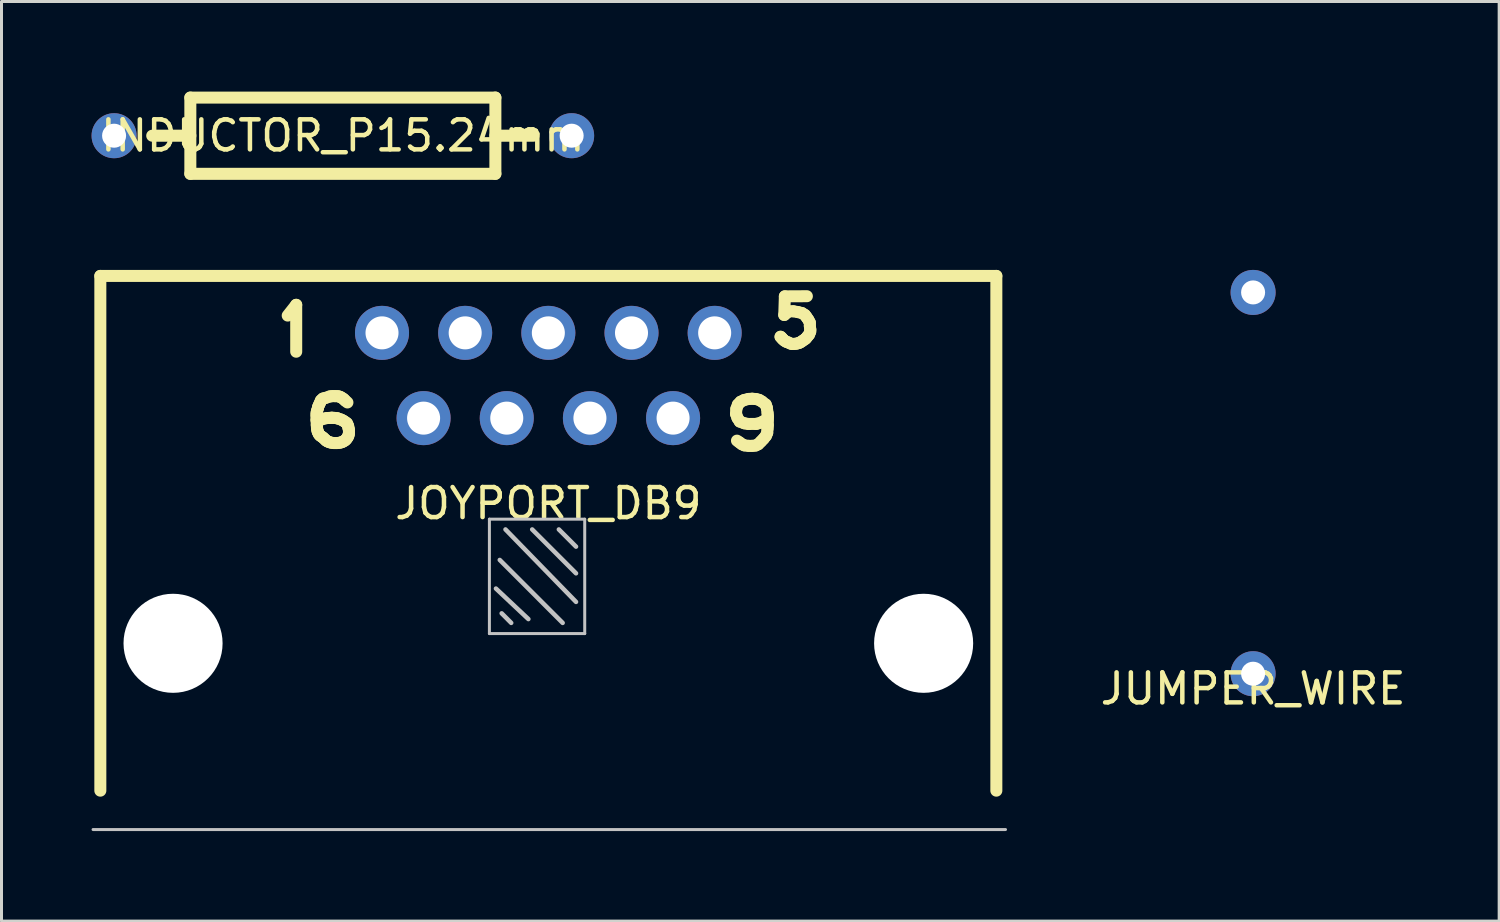
<source format=kicad_pcb>
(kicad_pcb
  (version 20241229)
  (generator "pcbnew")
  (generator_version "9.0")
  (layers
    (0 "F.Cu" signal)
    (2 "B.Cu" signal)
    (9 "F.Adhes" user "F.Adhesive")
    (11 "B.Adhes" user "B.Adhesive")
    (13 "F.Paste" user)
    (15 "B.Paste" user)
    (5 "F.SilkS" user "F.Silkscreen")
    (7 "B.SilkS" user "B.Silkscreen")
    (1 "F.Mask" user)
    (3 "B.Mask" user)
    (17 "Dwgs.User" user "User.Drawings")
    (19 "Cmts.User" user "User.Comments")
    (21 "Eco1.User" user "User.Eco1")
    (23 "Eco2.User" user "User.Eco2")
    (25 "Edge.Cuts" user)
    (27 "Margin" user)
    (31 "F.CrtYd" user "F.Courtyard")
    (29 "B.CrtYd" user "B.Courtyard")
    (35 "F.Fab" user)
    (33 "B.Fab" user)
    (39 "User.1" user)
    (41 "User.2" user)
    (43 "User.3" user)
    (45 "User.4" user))
  (footprint "JUMPER_WIRE"
    (layer "F.Cu")
    (at 38.688 19.39)
    (property "Reference" "JUMPER_WIRE" (at 0 0.5 0) (layer "F.SilkS") (effects (font (size 1 1) (thickness 0.15))))
    (attr through_hole)
    (pad "1" thru_hole circle (at 0 -12.7) (size 1.5 1.5) (drill 0.8) (layers "*.Cu" "*.Mask"))
    (pad "2" thru_hole circle (at 0 0) (size 1.5 1.5) (drill 0.8) (layers "*.Cu" "*.Mask")))
  (footprint "INDUCTOR_P15.24mm"
    (layer "F.Cu")
    (at 0.75 1.47)
    (property "Reference" "INDUCTOR_P15.24mm" (at 7.62 0 0) (layer "F.SilkS") (effects (font (size 1 1) (thickness 0.15))))
    (attr through_hole)
    (fp_line (start 1.27 0) (end 2.54 0) (stroke (width 0.4) (type solid)) (layer "F.SilkS"))
    (fp_line (start 2.54 -1.27) (end 2.54 1.27) (stroke (width 0.4) (type solid)) (layer "F.SilkS"))
    (fp_line (start 2.54 -1.27) (end 12.7 -1.27) (stroke (width 0.4) (type solid)) (layer "F.SilkS"))
    (fp_line (start 2.54 1.27) (end 12.7 1.27) (stroke (width 0.4) (type solid)) (layer "F.SilkS"))
    (fp_line (start 12.7 -1.27) (end 12.7 1.27) (stroke (width 0.4) (type solid)) (layer "F.SilkS"))
    (fp_line (start 12.7 0) (end 13.97 0) (stroke (width 0.4) (type solid)) (layer "F.SilkS"))
    (pad "1" thru_hole circle (at 0 0) (size 1.5 1.5) (drill 0.8) (layers "*.Cu" "*.Mask"))
    (pad "2" thru_hole circle (at 15.24 0) (size 1.5 1.5) (drill 0.8) (layers "*.Cu" "*.Mask")))
  (footprint "JOYPORT_DB9"
    (layer "F.Cu")
    (at 15.214 10.877)
    (property "Reference" "JOYPORT_DB9" (at 0 2.84 0) (layer "F.SilkS") (effects (font (size 1 1) (thickness 0.15))))
    (attr through_hole)
    (fp_line (start -14.922 -4.737) (end -14.922 12.408) (stroke (width 0.4) (type solid)) (layer "F.SilkS"))
    (fp_line (start -8.681 -3.416) (end -8.398 -3.774) (stroke (width 0.4) (type solid)) (layer "F.SilkS"))
    (fp_line (start -8.398 -3.774) (end -8.398 -2.212) (stroke (width 0.4) (type solid)) (layer "F.SilkS"))
    (fp_line (start -7.72 -0.107) (end -7.718 -0.056) (stroke (width 0.4) (type solid)) (layer "F.SilkS"))
    (fp_line (start -7.72 0.074) (end -7.712 0.23) (stroke (width 0.4) (type solid)) (layer "F.SilkS"))
    (fp_line (start -7.718 -0.176) (end -7.72 -0.107) (stroke (width 0.4) (type solid)) (layer "F.SilkS"))
    (fp_line (start -7.718 -0.056) (end -7.718 0.036) (stroke (width 0.4) (type solid)) (layer "F.SilkS"))
    (fp_line (start -7.718 0.036) (end -7.72 0.074) (stroke (width 0.4) (type solid)) (layer "F.SilkS"))
    (fp_line (start -7.712 0.23) (end -7.707 0.302) (stroke (width 0.4) (type solid)) (layer "F.SilkS"))
    (fp_line (start -7.707 -0.239) (end -7.718 -0.176) (stroke (width 0.4) (type solid)) (layer "F.SilkS"))
    (fp_line (start -7.707 0.302) (end -7.699 0.369) (stroke (width 0.4) (type solid)) (layer "F.SilkS"))
    (fp_line (start -7.699 0.369) (end -7.685 0.438) (stroke (width 0.4) (type solid)) (layer "F.SilkS"))
    (fp_line (start -7.685 0.438) (end -7.667 0.48) (stroke (width 0.4) (type solid)) (layer "F.SilkS"))
    (fp_line (start -7.676 -0.324) (end -7.707 -0.239) (stroke (width 0.4) (type solid)) (layer "F.SilkS"))
    (fp_line (start -7.667 -0.377) (end -7.676 -0.324) (stroke (width 0.4) (type solid)) (layer "F.SilkS"))
    (fp_line (start -7.667 0.48) (end -7.641 0.534) (stroke (width 0.4) (type solid)) (layer "F.SilkS"))
    (fp_line (start -7.641 0.534) (end -7.609 0.573) (stroke (width 0.4) (type solid)) (layer "F.SilkS"))
    (fp_line (start -7.633 -0.453) (end -7.667 -0.377) (stroke (width 0.4) (type solid)) (layer "F.SilkS"))
    (fp_line (start -7.609 0.573) (end -7.571 0.602) (stroke (width 0.4) (type solid)) (layer "F.SilkS"))
    (fp_line (start -7.602 -0.52) (end -7.633 -0.453) (stroke (width 0.4) (type solid)) (layer "F.SilkS"))
    (fp_line (start -7.573 -0.591) (end -7.602 -0.52) (stroke (width 0.4) (type solid)) (layer "F.SilkS"))
    (fp_line (start -7.571 0.602) (end -7.517 0.639) (stroke (width 0.4) (type solid)) (layer "F.SilkS"))
    (fp_line (start -7.517 0.639) (end -7.479 0.67) (stroke (width 0.4) (type solid)) (layer "F.SilkS"))
    (fp_line (start -7.508 -0.652) (end -7.573 -0.591) (stroke (width 0.4) (type solid)) (layer "F.SilkS"))
    (fp_line (start -7.498 0.022) (end -7.587 0.058) (stroke (width 0.4) (type solid)) (layer "F.SilkS"))
    (fp_line (start -7.479 0.67) (end -7.431 0.719) (stroke (width 0.4) (type solid)) (layer "F.SilkS"))
    (fp_line (start -7.431 0.719) (end -7.397 0.75) (stroke (width 0.4) (type solid)) (layer "F.SilkS"))
    (fp_line (start -7.42 -0.674) (end -7.508 -0.652) (stroke (width 0.4) (type solid)) (layer "F.SilkS"))
    (fp_line (start -7.397 0.75) (end -7.357 0.773) (stroke (width 0.4) (type solid)) (layer "F.SilkS"))
    (fp_line (start -7.391 -0.0001) (end -7.498 0.022) (stroke (width 0.4) (type solid)) (layer "F.SilkS"))
    (fp_line (start -7.357 0.773) (end -7.312 0.793) (stroke (width 0.4) (type solid)) (layer "F.SilkS"))
    (fp_line (start -7.334 -0.005) (end -7.391 -0.0001) (stroke (width 0.4) (type solid)) (layer "F.SilkS"))
    (fp_line (start -7.312 0.793) (end -7.239 0.817) (stroke (width 0.4) (type solid)) (layer "F.SilkS"))
    (fp_line (start -7.285 -0.721) (end -7.42 -0.674) (stroke (width 0.4) (type solid)) (layer "F.SilkS"))
    (fp_line (start -7.239 0.817) (end -7.145 0.83) (stroke (width 0.4) (type solid)) (layer "F.SilkS"))
    (fp_line (start -7.234 -0.011) (end -7.334 -0.005) (stroke (width 0.4) (type solid)) (layer "F.SilkS"))
    (fp_line (start -7.201 -0.013) (end -7.234 -0.011) (stroke (width 0.4) (type solid)) (layer "F.SilkS"))
    (fp_line (start -7.199 -0.732) (end -7.285 -0.721) (stroke (width 0.4) (type solid)) (layer "F.SilkS"))
    (fp_line (start -7.145 0.83) (end -7.037 0.83) (stroke (width 0.4) (type solid)) (layer "F.SilkS"))
    (fp_line (start -7.114 -0.007) (end -7.201 -0.013) (stroke (width 0.4) (type solid)) (layer "F.SilkS"))
    (fp_line (start -7.107 -0.732) (end -7.199 -0.732) (stroke (width 0.4) (type solid)) (layer "F.SilkS"))
    (fp_line (start -7.042 0.004) (end -7.114 -0.007) (stroke (width 0.4) (type solid)) (layer "F.SilkS"))
    (fp_line (start -7.037 0.83) (end -6.944 0.819) (stroke (width 0.4) (type solid)) (layer "F.SilkS"))
    (fp_line (start -7.016 0.009) (end -7.042 0.004) (stroke (width 0.4) (type solid)) (layer "F.SilkS"))
    (fp_line (start -7.011 -0.73) (end -7.107 -0.732) (stroke (width 0.4) (type solid)) (layer "F.SilkS"))
    (fp_line (start -6.944 0.819) (end -6.873 0.799) (stroke (width 0.4) (type solid)) (layer "F.SilkS"))
    (fp_line (start -6.942 -0.712) (end -7.011 -0.73) (stroke (width 0.4) (type solid)) (layer "F.SilkS"))
    (fp_line (start -6.906 0.047) (end -7.016 0.009) (stroke (width 0.4) (type solid)) (layer "F.SilkS"))
    (fp_line (start -6.886 -0.681) (end -6.942 -0.712) (stroke (width 0.4) (type solid)) (layer "F.SilkS"))
    (fp_line (start -6.873 0.799) (end -6.817 0.77) (stroke (width 0.4) (type solid)) (layer "F.SilkS"))
    (fp_line (start -6.834 0.083) (end -6.906 0.047) (stroke (width 0.4) (type solid)) (layer "F.SilkS"))
    (fp_line (start -6.817 -0.636) (end -6.886 -0.681) (stroke (width 0.4) (type solid)) (layer "F.SilkS"))
    (fp_line (start -6.817 0.77) (end -6.765 0.737) (stroke (width 0.4) (type solid)) (layer "F.SilkS"))
    (fp_line (start -6.772 0.125) (end -6.834 0.083) (stroke (width 0.4) (type solid)) (layer "F.SilkS"))
    (fp_line (start -6.765 -0.582) (end -6.817 -0.636) (stroke (width 0.4) (type solid)) (layer "F.SilkS"))
    (fp_line (start -6.765 0.737) (end -6.727 0.698) (stroke (width 0.4) (type solid)) (layer "F.SilkS"))
    (fp_line (start -6.727 0.698) (end -6.683 0.636) (stroke (width 0.4) (type solid)) (layer "F.SilkS"))
    (fp_line (start -6.709 0.169) (end -6.772 0.125) (stroke (width 0.4) (type solid)) (layer "F.SilkS"))
    (fp_line (start -6.692 -0.522) (end -6.765 -0.582) (stroke (width 0.4) (type solid)) (layer "F.SilkS"))
    (fp_line (start -6.683 0.636) (end -6.658 0.578) (stroke (width 0.4) (type solid)) (layer "F.SilkS"))
    (fp_line (start -6.669 0.257) (end -6.709 0.169) (stroke (width 0.4) (type solid)) (layer "F.SilkS"))
    (fp_line (start -6.658 0.578) (end -6.643 0.514) (stroke (width 0.4) (type solid)) (layer "F.SilkS"))
    (fp_line (start -6.656 0.333) (end -6.669 0.257) (stroke (width 0.4) (type solid)) (layer "F.SilkS"))
    (fp_line (start -6.643 0.514) (end -6.64 0.4) (stroke (width 0.4) (type solid)) (layer "F.SilkS"))
    (fp_line (start -6.64 0.4) (end -6.656 0.333) (stroke (width 0.4) (type solid)) (layer "F.SilkS"))
    (fp_line (start 6.252 -0.141) (end 6.262 -0.308) (stroke (width 0.4) (type solid)) (layer "F.SilkS"))
    (fp_line (start 6.262 -0.308) (end 6.313 -0.449) (stroke (width 0.4) (type solid)) (layer "F.SilkS"))
    (fp_line (start 6.3 -0.005) (end 6.252 -0.141) (stroke (width 0.4) (type solid)) (layer "F.SilkS"))
    (fp_line (start 6.313 -0.449) (end 6.404 -0.545) (stroke (width 0.4) (type solid)) (layer "F.SilkS"))
    (fp_line (start 6.364 0.806) (end 6.283 0.75) (stroke (width 0.4) (type solid)) (layer "F.SilkS"))
    (fp_line (start 6.376 0.114) (end 6.3 -0.005) (stroke (width 0.4) (type solid)) (layer "F.SilkS"))
    (fp_line (start 6.404 -0.545) (end 6.522 -0.603) (stroke (width 0.4) (type solid)) (layer "F.SilkS"))
    (fp_line (start 6.444 0.867) (end 6.364 0.806) (stroke (width 0.4) (type solid)) (layer "F.SilkS"))
    (fp_line (start 6.522 -0.603) (end 6.667 -0.639) (stroke (width 0.4) (type solid)) (layer "F.SilkS"))
    (fp_line (start 6.528 0.172) (end 6.376 0.114) (stroke (width 0.4) (type solid)) (layer "F.SilkS"))
    (fp_line (start 6.528 0.907) (end 6.444 0.867) (stroke (width 0.4) (type solid)) (layer "F.SilkS"))
    (fp_line (start 6.667 -0.639) (end 6.79 -0.646) (stroke (width 0.4) (type solid)) (layer "F.SilkS"))
    (fp_line (start 6.667 0.195) (end 6.528 0.172) (stroke (width 0.4) (type solid)) (layer "F.SilkS"))
    (fp_line (start 6.669 0.924) (end 6.528 0.907) (stroke (width 0.4) (type solid)) (layer "F.SilkS"))
    (fp_line (start 6.788 0.924) (end 6.669 0.924) (stroke (width 0.4) (type solid)) (layer "F.SilkS"))
    (fp_line (start 6.79 -0.646) (end 6.914 -0.636) (stroke (width 0.4) (type solid)) (layer "F.SilkS"))
    (fp_line (start 6.904 0.912) (end 6.788 0.924) (stroke (width 0.4) (type solid)) (layer "F.SilkS"))
    (fp_line (start 6.914 -0.636) (end 7.02 -0.608) (stroke (width 0.4) (type solid)) (layer "F.SilkS"))
    (fp_line (start 6.927 0.192) (end 6.667 0.195) (stroke (width 0.4) (type solid)) (layer "F.SilkS"))
    (fp_line (start 6.992 0.869) (end 6.904 0.912) (stroke (width 0.4) (type solid)) (layer "F.SilkS"))
    (fp_line (start 7.02 -0.608) (end 7.114 -0.553) (stroke (width 0.4) (type solid)) (layer "F.SilkS"))
    (fp_line (start 7.083 0.778) (end 6.992 0.869) (stroke (width 0.4) (type solid)) (layer "F.SilkS"))
    (fp_line (start 7.101 0.142) (end 6.927 0.192) (stroke (width 0.4) (type solid)) (layer "F.SilkS"))
    (fp_line (start 7.114 -0.553) (end 7.24 -0.454) (stroke (width 0.4) (type solid)) (layer "F.SilkS"))
    (fp_line (start 7.167 0.69) (end 7.083 0.778) (stroke (width 0.4) (type solid)) (layer "F.SilkS"))
    (fp_line (start 7.24 -0.454) (end 7.278 -0.346) (stroke (width 0.4) (type solid)) (layer "F.SilkS"))
    (fp_line (start 7.245 0.594) (end 7.167 0.69) (stroke (width 0.4) (type solid)) (layer "F.SilkS"))
    (fp_line (start 7.278 -0.346) (end 7.303 -0.164) (stroke (width 0.4) (type solid)) (layer "F.SilkS"))
    (fp_line (start 7.278 0.031) (end 7.101 0.142) (stroke (width 0.4) (type solid)) (layer "F.SilkS"))
    (fp_line (start 7.29 0.49) (end 7.245 0.594) (stroke (width 0.4) (type solid)) (layer "F.SilkS"))
    (fp_line (start 7.3 0.354) (end 7.29 0.49) (stroke (width 0.4) (type solid)) (layer "F.SilkS"))
    (fp_line (start 7.303 -0.164) (end 7.313 -0.053) (stroke (width 0.4) (type solid)) (layer "F.SilkS"))
    (fp_line (start 7.308 0.063) (end 7.31 0.233) (stroke (width 0.4) (type solid)) (layer "F.SilkS"))
    (fp_line (start 7.31 0.233) (end 7.3 0.354) (stroke (width 0.4) (type solid)) (layer "F.SilkS"))
    (fp_line (start 7.313 -0.053) (end 7.308 0.063) (stroke (width 0.4) (type solid)) (layer "F.SilkS"))
    (fp_line (start 7.739 -2.708) (end 7.731 -2.712) (stroke (width 0.4) (type solid)) (layer "F.SilkS"))
    (fp_line (start 7.775 -2.672) (end 7.739 -2.708) (stroke (width 0.4) (type solid)) (layer "F.SilkS"))
    (fp_line (start 7.799 -2.64) (end 7.775 -2.672) (stroke (width 0.4) (type solid)) (layer "F.SilkS"))
    (fp_line (start 7.83 -2.612) (end 7.799 -2.64) (stroke (width 0.4) (type solid)) (layer "F.SilkS"))
    (fp_line (start 7.858 -3.436) (end 8.006 -3.556) (stroke (width 0.4) (type solid)) (layer "F.SilkS"))
    (fp_line (start 7.87 -2.576) (end 7.83 -2.612) (stroke (width 0.4) (type solid)) (layer "F.SilkS"))
    (fp_line (start 7.878 -4.057) (end 7.858 -3.436) (stroke (width 0.4) (type solid)) (layer "F.SilkS"))
    (fp_line (start 7.93 -2.541) (end 7.87 -2.576) (stroke (width 0.4) (type solid)) (layer "F.SilkS"))
    (fp_line (start 7.99 -2.521) (end 7.93 -2.541) (stroke (width 0.4) (type solid)) (layer "F.SilkS"))
    (fp_line (start 8.006 -3.556) (end 8.157 -3.56) (stroke (width 0.4) (type solid)) (layer "F.SilkS"))
    (fp_line (start 8.065 -2.485) (end 7.99 -2.521) (stroke (width 0.4) (type solid)) (layer "F.SilkS"))
    (fp_line (start 8.125 -2.469) (end 8.065 -2.485) (stroke (width 0.4) (type solid)) (layer "F.SilkS"))
    (fp_line (start 8.157 -3.56) (end 8.316 -3.532) (stroke (width 0.4) (type solid)) (layer "F.SilkS"))
    (fp_line (start 8.189 -2.473) (end 8.125 -2.469) (stroke (width 0.4) (type solid)) (layer "F.SilkS"))
    (fp_line (start 8.268 -2.481) (end 8.189 -2.473) (stroke (width 0.4) (type solid)) (layer "F.SilkS"))
    (fp_line (start 8.316 -3.532) (end 8.447 -3.5) (stroke (width 0.4) (type solid)) (layer "F.SilkS"))
    (fp_line (start 8.352 -2.505) (end 8.268 -2.481) (stroke (width 0.4) (type solid)) (layer "F.SilkS"))
    (fp_line (start 8.4 -2.529) (end 8.352 -2.505) (stroke (width 0.4) (type solid)) (layer "F.SilkS"))
    (fp_line (start 8.447 -3.5) (end 8.547 -3.436) (stroke (width 0.4) (type solid)) (layer "F.SilkS"))
    (fp_line (start 8.471 -2.576) (end 8.4 -2.529) (stroke (width 0.4) (type solid)) (layer "F.SilkS"))
    (fp_line (start 8.547 -3.436) (end 8.603 -3.361) (stroke (width 0.4) (type solid)) (layer "F.SilkS"))
    (fp_line (start 8.551 -2.632) (end 8.471 -2.576) (stroke (width 0.4) (type solid)) (layer "F.SilkS"))
    (fp_line (start 8.583 -2.66) (end 8.551 -2.632) (stroke (width 0.4) (type solid)) (layer "F.SilkS"))
    (fp_line (start 8.603 -3.361) (end 8.662 -3.273) (stroke (width 0.4) (type solid)) (layer "F.SilkS"))
    (fp_line (start 8.611 -4.061) (end 7.878 -4.057) (stroke (width 0.4) (type solid)) (layer "F.SilkS"))
    (fp_line (start 8.634 -2.724) (end 8.583 -2.66) (stroke (width 0.4) (type solid)) (layer "F.SilkS"))
    (fp_line (start 8.662 -3.273) (end 8.71 -3.182) (stroke (width 0.4) (type solid)) (layer "F.SilkS"))
    (fp_line (start 8.682 -2.78) (end 8.634 -2.724) (stroke (width 0.4) (type solid)) (layer "F.SilkS"))
    (fp_line (start 8.71 -3.182) (end 8.71 -3.07) (stroke (width 0.4) (type solid)) (layer "F.SilkS"))
    (fp_line (start 8.71 -3.07) (end 8.726 -2.947) (stroke (width 0.4) (type solid)) (layer "F.SilkS"))
    (fp_line (start 8.722 -2.875) (end 8.682 -2.78) (stroke (width 0.4) (type solid)) (layer "F.SilkS"))
    (fp_line (start 8.726 -2.947) (end 8.722 -2.875) (stroke (width 0.4) (type solid)) (layer "F.SilkS"))
    (fp_line (start 14.922 -4.737) (end -14.922 -4.737) (stroke (width 0.4) (type solid)) (layer "F.SilkS"))
    (fp_line (start 14.922 12.408) (end 14.922 -4.737) (stroke (width 0.4) (type solid)) (layer "F.SilkS"))
    (fp_line (start -1.963 3.366) (end 1.212 3.366) (stroke (width 0.1) (type solid)) (layer "Dwgs.User"))
    (fp_line (start -1.963 7.176) (end -1.963 3.366) (stroke (width 0.1) (type solid)) (layer "Dwgs.User"))
    (fp_line (start -1.745 5.677) (end -0.665 6.693) (stroke (width 0.15) (type solid)) (layer "Dwgs.User"))
    (fp_line (start -1.618 4.724) (end 0.477 6.82) (stroke (width 0.15) (type solid)) (layer "Dwgs.User"))
    (fp_line (start -1.554 6.502) (end -1.237 6.82) (stroke (width 0.15) (type solid)) (layer "Dwgs.User"))
    (fp_line (start -1.427 3.708) (end 0.922 6.121) (stroke (width 0.15) (type solid)) (layer "Dwgs.User"))
    (fp_line (start -0.538 3.708) (end 0.922 5.169) (stroke (width 0.15) (type solid)) (layer "Dwgs.User"))
    (fp_line (start 0.35 3.708) (end 0.922 4.28) (stroke (width 0.15) (type solid)) (layer "Dwgs.User"))
    (fp_line (start 1.212 3.366) (end 1.212 7.176) (stroke (width 0.1) (type solid)) (layer "Dwgs.User"))
    (fp_line (start 1.212 7.176) (end -1.963 7.176) (stroke (width 0.1) (type solid)) (layer "Dwgs.User"))
    (fp_line (start 15.227 13.703) (end -15.164 13.703) (stroke (width 0.1) (type solid)) (layer "Dwgs.User"))
    (pad "" np_thru_hole circle (at -12.5 7.5) (size 3.3 3.3) (drill 3.3) (layers "*.Cu" "*.Mask"))
    (pad "" np_thru_hole circle (at 12.5 7.5) (size 3.3 3.3) (drill 3.3) (layers "*.Cu" "*.Mask"))
    (pad "1" thru_hole circle (at -5.54 -2.84) (size 1.8 1.8) (drill 1.1) (layers "*.Cu" "*.Mask"))
    (pad "2" thru_hole circle (at -2.77 -2.84) (size 1.8 1.8) (drill 1.1) (layers "*.Cu" "*.Mask"))
    (pad "3" thru_hole circle (at 0 -2.84) (size 1.8 1.8) (drill 1.1) (layers "*.Cu" "*.Mask"))
    (pad "4" thru_hole circle (at 2.77 -2.84) (size 1.8 1.8) (drill 1.1) (layers "*.Cu" "*.Mask"))
    (pad "5" thru_hole circle (at 5.54 -2.84) (size 1.8 1.8) (drill 1.1) (layers "*.Cu" "*.Mask"))
    (pad "6" thru_hole circle (at -4.155 0) (size 1.8 1.8) (drill 1.1) (layers "*.Cu" "*.Mask"))
    (pad "7" thru_hole circle (at -1.385 0) (size 1.8 1.8) (drill 1.1) (layers "*.Cu" "*.Mask"))
    (pad "8" thru_hole circle (at 1.385 0) (size 1.8 1.8) (drill 1.1) (layers "*.Cu" "*.Mask"))
    (pad "9" thru_hole circle (at 4.155 0) (size 1.8 1.8) (drill 1.1) (layers "*.Cu" "*.Mask")))
  (gr_rect
    (start -3 -3)
    (end 46.884 27.63)
    (stroke (width 0.1) (type default))
    (fill no)
    (layer "Edge.Cuts")))
</source>
